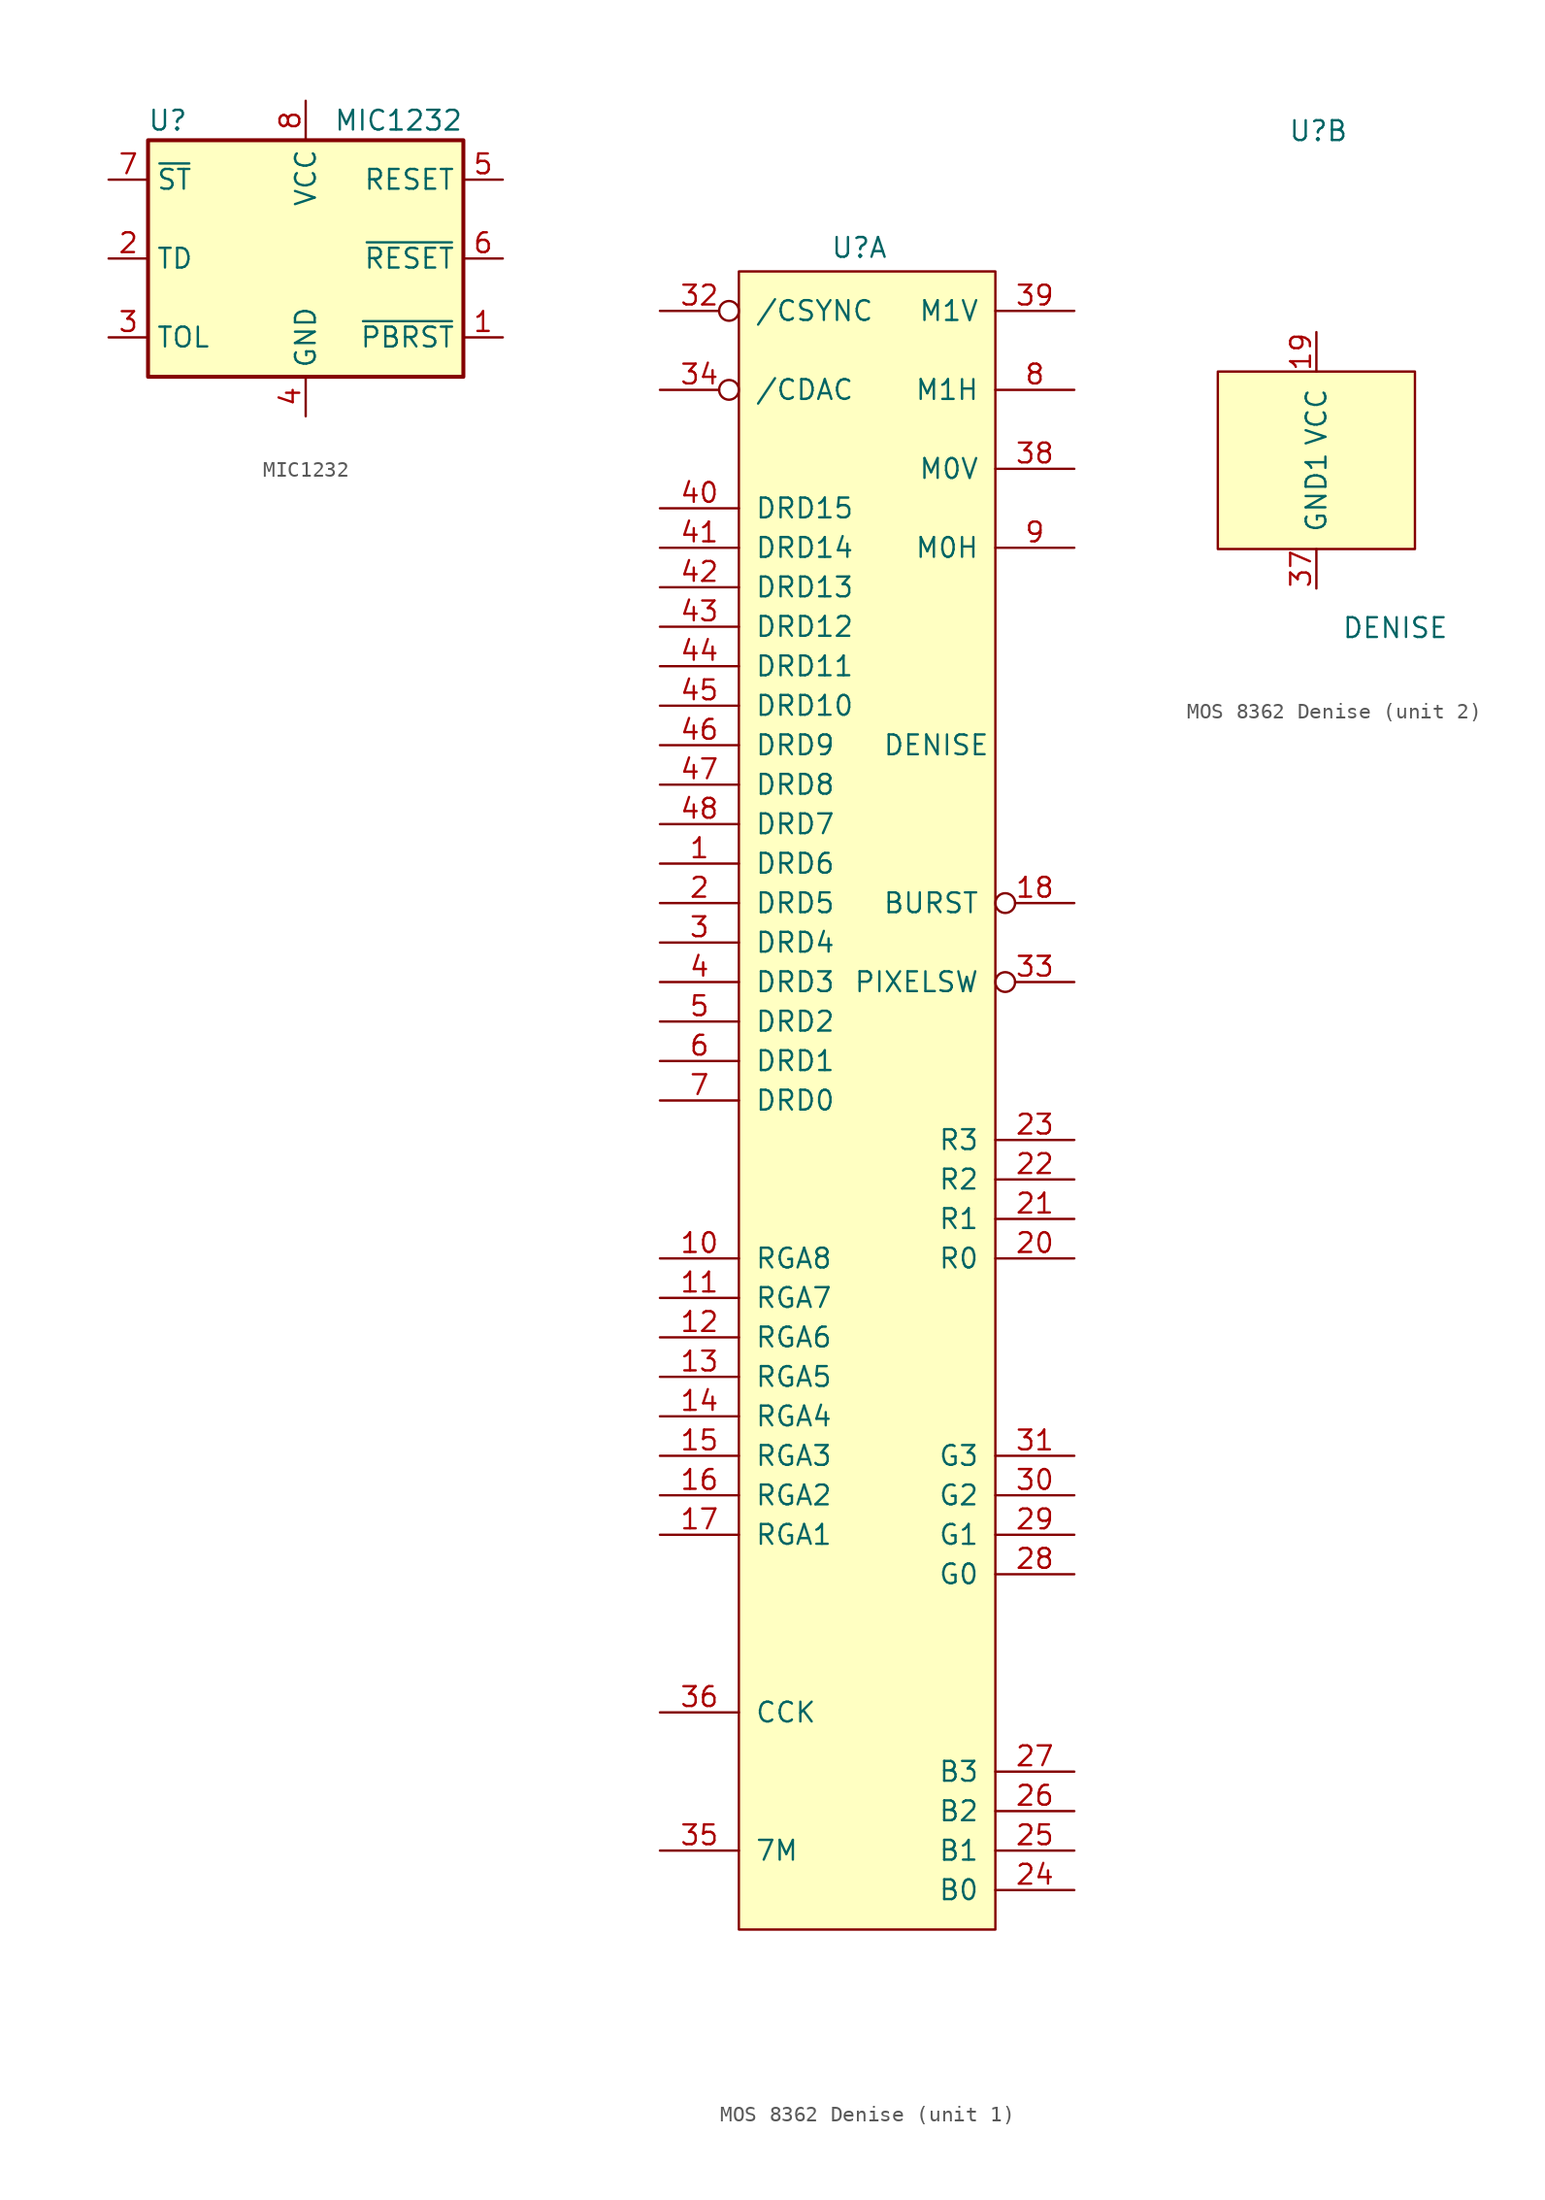
<source format=kicad_sym>
(kicad_symbol_lib
  (version 20231120)
  (generator "kicad_symbol_editor")
  (generator_version "8.0")
  (symbol "MIC1232"
    (property "Reference" "U"
      (at -8.89 8.89 0)
      (effects (font (size 1.27 1.27))))
    (property "Value" "MIC1232"
      (at 10.16 8.89 0)
      (effects (font (size 1.27 1.27)) (justify right)))
    (symbol "MIC1232_0_1"
      (rectangle (start -10.16 7.62) (end 10.16 -7.62) (stroke (width 0.254) (type default)) (fill (type background))))
    (symbol "MIC1232_1_1"
      (pin input line (at 12.7 -5.08 180) (length 2.54) (name "~{PBRST}" (effects (font (size 1.27 1.27)))) (number "1" (effects (font (size 1.27 1.27)))))
      (pin input line (at -12.7 0 0) (length 2.54) (name "TD" (effects (font (size 1.27 1.27)))) (number "2" (effects (font (size 1.27 1.27)))))
      (pin input line (at -12.7 -5.08 0) (length 2.54) (name "TOL" (effects (font (size 1.27 1.27)))) (number "3" (effects (font (size 1.27 1.27)))))
      (pin power_in line (at 0 -10.16 90) (length 2.54) (name "GND" (effects (font (size 1.27 1.27)))) (number "4" (effects (font (size 1.27 1.27)))))
      (pin open_collector line (at 12.7 5.08 180) (length 2.54) (name "RESET" (effects (font (size 1.27 1.27)))) (number "5" (effects (font (size 1.27 1.27)))))
      (pin open_collector line (at 12.7 0 180) (length 2.54) (name "~{RESET}" (effects (font (size 1.27 1.27)))) (number "6" (effects (font (size 1.27 1.27)))))
      (pin input line (at -12.7 5.08 0) (length 2.54) (name "~{ST}" (effects (font (size 1.27 1.27)))) (number "7" (effects (font (size 1.27 1.27)))))
      (pin power_in line (at 0 10.16 270) (length 2.54) (name "VCC" (effects (font (size 1.27 1.27)))) (number "8" (effects (font (size 1.27 1.27)))))))
  (symbol "MOS 8362 Denise"
    (pin_names
      (offset 1.016))
    (property "Reference" "U"
      (at 0.127 21.844 0)
      (effects (font (size 1.27 1.27))))
    (property "Value" "DENISE"
      (at 5.08 -10.16 0)
      (effects (font (size 1.27 1.27))))
    (property "ki_locked" ""
      (at 0 0 0)
      (effects (font (size 1.27 1.27))))
    (symbol "MOS 8362 Denise_1_1"
      (rectangle (start -7.62 20.32) (end 8.89 -86.36) (stroke (width 0) (type solid)) (fill (type background)))
      (pin bidirectional line (at -12.7 -17.78 0) (length 5.08) (name "DRD6" (effects (font (size 1.27 1.27)))) (number "1" (effects (font (size 1.27 1.27)))))
      (pin input line (at -12.7 -43.18 0) (length 5.08) (name "RGA8" (effects (font (size 1.27 1.27)))) (number "10" (effects (font (size 1.27 1.27)))))
      (pin input line (at -12.7 -45.72 0) (length 5.08) (name "RGA7" (effects (font (size 1.27 1.27)))) (number "11" (effects (font (size 1.27 1.27)))))
      (pin input line (at -12.7 -48.26 0) (length 5.08) (name "RGA6" (effects (font (size 1.27 1.27)))) (number "12" (effects (font (size 1.27 1.27)))))
      (pin input line (at -12.7 -50.8 0) (length 5.08) (name "RGA5" (effects (font (size 1.27 1.27)))) (number "13" (effects (font (size 1.27 1.27)))))
      (pin input line (at -12.7 -53.34 0) (length 5.08) (name "RGA4" (effects (font (size 1.27 1.27)))) (number "14" (effects (font (size 1.27 1.27)))))
      (pin input line (at -12.7 -55.88 0) (length 5.08) (name "RGA3" (effects (font (size 1.27 1.27)))) (number "15" (effects (font (size 1.27 1.27)))))
      (pin input line (at -12.7 -58.42 0) (length 5.08) (name "RGA2" (effects (font (size 1.27 1.27)))) (number "16" (effects (font (size 1.27 1.27)))))
      (pin input line (at -12.7 -60.96 0) (length 5.08) (name "RGA1" (effects (font (size 1.27 1.27)))) (number "17" (effects (font (size 1.27 1.27)))))
      (pin output inverted (at 13.97 -20.32 180) (length 5.08) (name "BURST" (effects (font (size 1.27 1.27)))) (number "18" (effects (font (size 1.27 1.27)))))
      (pin bidirectional line (at -12.7 -20.32 0) (length 5.08) (name "DRD5" (effects (font (size 1.27 1.27)))) (number "2" (effects (font (size 1.27 1.27)))))
      (pin output line (at 13.97 -43.18 180) (length 5.08) (name "R0" (effects (font (size 1.27 1.27)))) (number "20" (effects (font (size 1.27 1.27)))))
      (pin output line (at 13.97 -40.64 180) (length 5.08) (name "R1" (effects (font (size 1.27 1.27)))) (number "21" (effects (font (size 1.27 1.27)))))
      (pin output line (at 13.97 -38.1 180) (length 5.08) (name "R2" (effects (font (size 1.27 1.27)))) (number "22" (effects (font (size 1.27 1.27)))))
      (pin output line (at 13.97 -35.56 180) (length 5.08) (name "R3" (effects (font (size 1.27 1.27)))) (number "23" (effects (font (size 1.27 1.27)))))
      (pin output line (at 13.97 -83.82 180) (length 5.08) (name "B0" (effects (font (size 1.27 1.27)))) (number "24" (effects (font (size 1.27 1.27)))))
      (pin output line (at 13.97 -81.28 180) (length 5.08) (name "B1" (effects (font (size 1.27 1.27)))) (number "25" (effects (font (size 1.27 1.27)))))
      (pin output line (at 13.97 -78.74 180) (length 5.08) (name "B2" (effects (font (size 1.27 1.27)))) (number "26" (effects (font (size 1.27 1.27)))))
      (pin output line (at 13.97 -76.2 180) (length 5.08) (name "B3" (effects (font (size 1.27 1.27)))) (number "27" (effects (font (size 1.27 1.27)))))
      (pin output line (at 13.97 -63.5 180) (length 5.08) (name "G0" (effects (font (size 1.27 1.27)))) (number "28" (effects (font (size 1.27 1.27)))))
      (pin output line (at 13.97 -60.96 180) (length 5.08) (name "G1" (effects (font (size 1.27 1.27)))) (number "29" (effects (font (size 1.27 1.27)))))
      (pin bidirectional line (at -12.7 -22.86 0) (length 5.08) (name "DRD4" (effects (font (size 1.27 1.27)))) (number "3" (effects (font (size 1.27 1.27)))))
      (pin output line (at 13.97 -58.42 180) (length 5.08) (name "G2" (effects (font (size 1.27 1.27)))) (number "30" (effects (font (size 1.27 1.27)))))
      (pin output line (at 13.97 -55.88 180) (length 5.08) (name "G3" (effects (font (size 1.27 1.27)))) (number "31" (effects (font (size 1.27 1.27)))))
      (pin input inverted (at -12.7 17.78 0) (length 5.08) (name "/CSYNC" (effects (font (size 1.27 1.27)))) (number "32" (effects (font (size 1.27 1.27)))))
      (pin output inverted (at 13.97 -25.4 180) (length 5.08) (name "PIXELSW" (effects (font (size 1.27 1.27)))) (number "33" (effects (font (size 1.27 1.27)))))
      (pin input inverted (at -12.7 12.7 0) (length 5.08) (name "/CDAC" (effects (font (size 1.27 1.27)))) (number "34" (effects (font (size 1.27 1.27)))))
      (pin input line (at -12.7 -81.28 0) (length 5.08) (name "7M" (effects (font (size 1.27 1.27)))) (number "35" (effects (font (size 1.27 1.27)))))
      (pin input line (at -12.7 -72.39 0) (length 5.08) (name "CCK" (effects (font (size 1.27 1.27)))) (number "36" (effects (font (size 1.27 1.27)))))
      (pin input line (at 13.97 7.62 180) (length 5.08) (name "M0V" (effects (font (size 1.27 1.27)))) (number "38" (effects (font (size 1.27 1.27)))))
      (pin input line (at 13.97 17.78 180) (length 5.08) (name "M1V" (effects (font (size 1.27 1.27)))) (number "39" (effects (font (size 1.27 1.27)))))
      (pin bidirectional line (at -12.7 -25.4 0) (length 5.08) (name "DRD3" (effects (font (size 1.27 1.27)))) (number "4" (effects (font (size 1.27 1.27)))))
      (pin bidirectional line (at -12.7 5.08 0) (length 5.08) (name "DRD15" (effects (font (size 1.27 1.27)))) (number "40" (effects (font (size 1.27 1.27)))))
      (pin bidirectional line (at -12.7 2.54 0) (length 5.08) (name "DRD14" (effects (font (size 1.27 1.27)))) (number "41" (effects (font (size 1.27 1.27)))))
      (pin bidirectional line (at -12.7 0 0) (length 5.08) (name "DRD13" (effects (font (size 1.27 1.27)))) (number "42" (effects (font (size 1.27 1.27)))))
      (pin bidirectional line (at -12.7 -2.54 0) (length 5.08) (name "DRD12" (effects (font (size 1.27 1.27)))) (number "43" (effects (font (size 1.27 1.27)))))
      (pin bidirectional line (at -12.7 -5.08 0) (length 5.08) (name "DRD11" (effects (font (size 1.27 1.27)))) (number "44" (effects (font (size 1.27 1.27)))))
      (pin bidirectional line (at -12.7 -7.62 0) (length 5.08) (name "DRD10" (effects (font (size 1.27 1.27)))) (number "45" (effects (font (size 1.27 1.27)))))
      (pin bidirectional line (at -12.7 -10.16 0) (length 5.08) (name "DRD9" (effects (font (size 1.27 1.27)))) (number "46" (effects (font (size 1.27 1.27)))))
      (pin bidirectional line (at -12.7 -12.7 0) (length 5.08) (name "DRD8" (effects (font (size 1.27 1.27)))) (number "47" (effects (font (size 1.27 1.27)))))
      (pin bidirectional line (at -12.7 -15.24 0) (length 5.08) (name "DRD7" (effects (font (size 1.27 1.27)))) (number "48" (effects (font (size 1.27 1.27)))))
      (pin bidirectional line (at -12.7 -27.94 0) (length 5.08) (name "DRD2" (effects (font (size 1.27 1.27)))) (number "5" (effects (font (size 1.27 1.27)))))
      (pin bidirectional line (at -12.7 -30.48 0) (length 5.08) (name "DRD1" (effects (font (size 1.27 1.27)))) (number "6" (effects (font (size 1.27 1.27)))))
      (pin bidirectional line (at -12.7 -33.02 0) (length 5.08) (name "DRD0" (effects (font (size 1.27 1.27)))) (number "7" (effects (font (size 1.27 1.27)))))
      (pin input line (at 13.97 12.7 180) (length 5.08) (name "M1H" (effects (font (size 1.27 1.27)))) (number "8" (effects (font (size 1.27 1.27)))))
      (pin input line (at 13.97 2.54 180) (length 5.08) (name "M0H" (effects (font (size 1.27 1.27)))) (number "9" (effects (font (size 1.27 1.27))))))
    (symbol "MOS 8362 Denise_2_1"
      (rectangle (start -6.35 6.35) (end 6.35 -5.08) (stroke (width 0) (type solid)) (fill (type background)))
      (pin power_in line (at 0 8.89 270) (length 2.54) (name "VCC" (effects (font (size 1.27 1.27)))) (number "19" (effects (font (size 1.27 1.27)))))
      (pin power_in line (at 0 -7.62 90) (length 2.54) (name "GND1" (effects (font (size 1.27 1.27)))) (number "37" (effects (font (size 1.27 1.27))))))))
</source>
